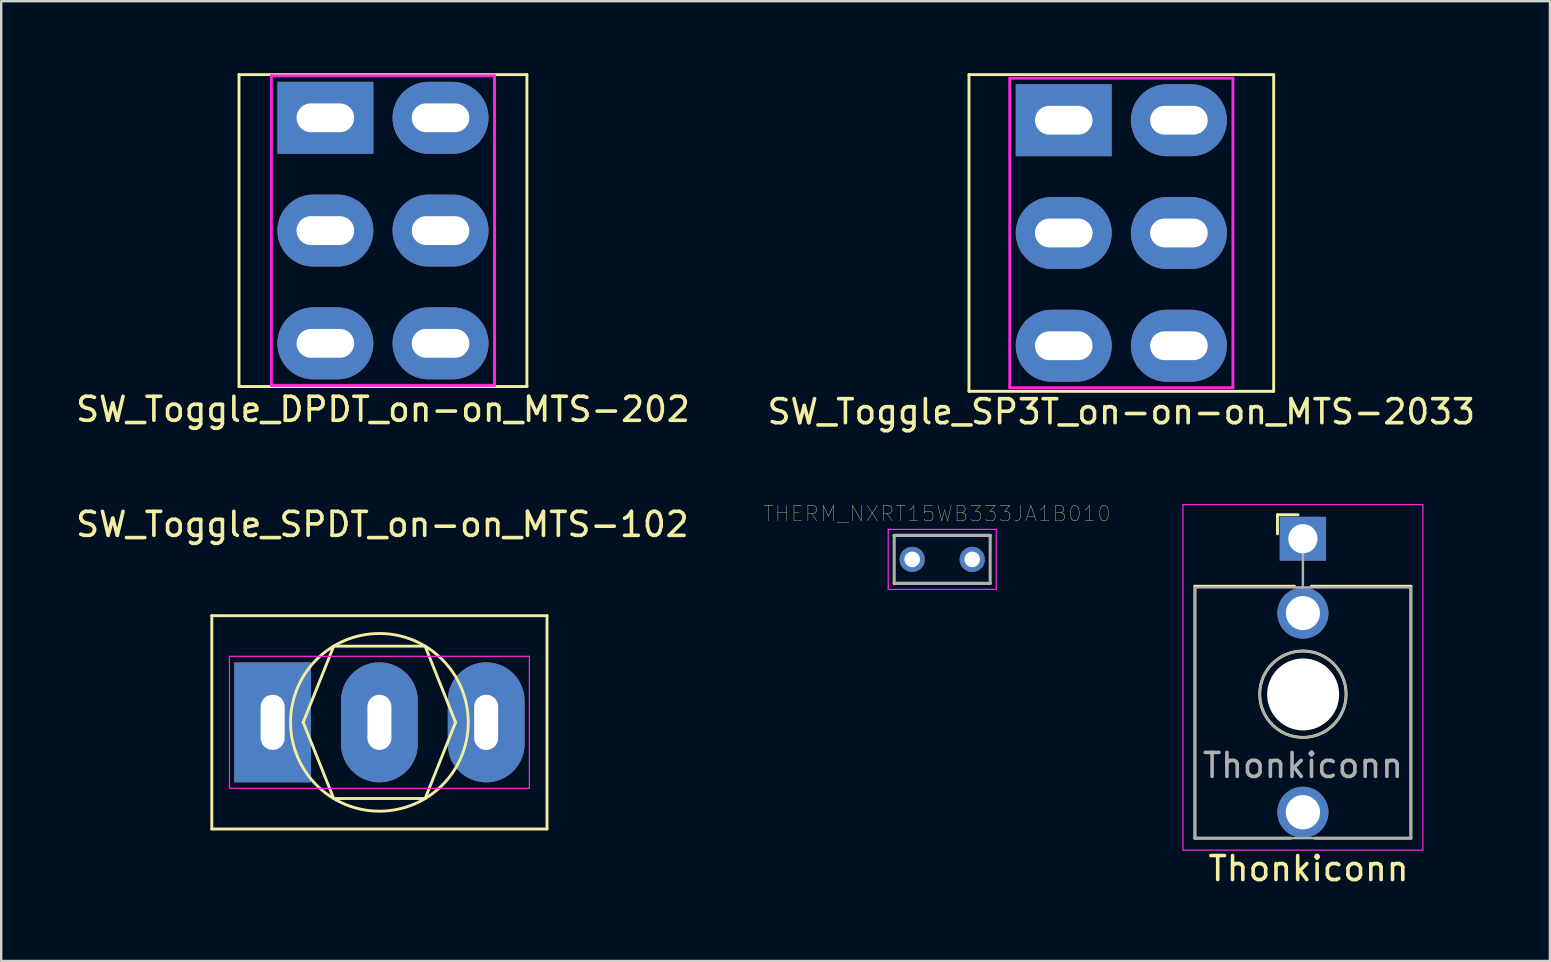
<source format=kicad_pcb>
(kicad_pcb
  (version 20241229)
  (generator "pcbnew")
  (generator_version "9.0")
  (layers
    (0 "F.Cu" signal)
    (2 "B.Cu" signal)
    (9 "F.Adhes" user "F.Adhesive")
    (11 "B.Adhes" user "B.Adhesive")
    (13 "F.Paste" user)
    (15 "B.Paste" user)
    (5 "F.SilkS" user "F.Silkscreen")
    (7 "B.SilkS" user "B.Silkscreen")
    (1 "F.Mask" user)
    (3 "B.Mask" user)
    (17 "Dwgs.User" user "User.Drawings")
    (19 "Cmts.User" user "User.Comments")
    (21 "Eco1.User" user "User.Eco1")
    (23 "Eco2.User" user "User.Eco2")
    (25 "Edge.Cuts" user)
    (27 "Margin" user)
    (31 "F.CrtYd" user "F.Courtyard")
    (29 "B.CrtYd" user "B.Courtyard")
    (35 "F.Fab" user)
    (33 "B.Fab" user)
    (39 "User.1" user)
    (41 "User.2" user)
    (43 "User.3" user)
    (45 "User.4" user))
  (footprint "SW_Toggle_DPDT_on-on_MTS-202"
    (layer "F.Cu")
    (at 12.911 6.56)
    (property "Reference" "SW_Toggle_DPDT_on-on_MTS-202" (at 0 7.45 0) (layer "F.SilkS") (effects (font (size 1 1) (thickness 0.15))))
    (attr through_hole)
    (fp_line (start -6 -6.5) (end 6 -6.5) (stroke (width 0.12) (type solid)) (layer "F.SilkS"))
    (fp_line (start -6 6.5) (end -6 -6.5) (stroke (width 0.12) (type solid)) (layer "F.SilkS"))
    (fp_line (start 6 -6.5) (end 6 6.5) (stroke (width 0.12) (type solid)) (layer "F.SilkS"))
    (fp_line (start 6 6.5) (end -6 6.5) (stroke (width 0.12) (type solid)) (layer "F.SilkS"))
    (fp_line (start -4.65 -6.45) (end 4.65 -6.45) (stroke (width 0.12) (type solid)) (layer "F.CrtYd"))
    (fp_line (start -4.65 6.45) (end -4.65 -6.45) (stroke (width 0.12) (type solid)) (layer "F.CrtYd"))
    (fp_line (start -4.65 6.45) (end 4.65 6.45) (stroke (width 0.12) (type solid)) (layer "F.CrtYd"))
    (fp_line (start 4.65 -6.45) (end 4.65 6.45) (stroke (width 0.12) (type solid)) (layer "F.CrtYd"))
    (pad "1" thru_hole rect (at -2.4 -4.7) (size 4 3) (drill oval 2.4 1.2) (layers "*.Cu" "*.Mask"))
    (pad "2" thru_hole oval (at -2.4 0) (size 4 3) (drill oval 2.4 1.2) (layers "*.Cu" "*.Mask"))
    (pad "3" thru_hole oval (at -2.4 4.7) (size 4 3) (drill oval 2.4 1.2) (layers "*.Cu" "*.Mask"))
    (pad "4" thru_hole oval (at 2.4 -4.7) (size 4 3) (drill oval 2.4 1.2) (layers "*.Cu" "*.Mask"))
    (pad "5" thru_hole oval (at 2.4 0) (size 4 3) (drill oval 2.4 1.2) (layers "*.Cu" "*.Mask"))
    (pad "6" thru_hole oval (at 2.4 4.7) (size 4 3) (drill oval 2.4 1.2) (layers "*.Cu" "*.Mask")))
  (footprint "THERM_NXRT15WB333JA1B010"
    (layer "F.Cu")
    (at 36.219 20.265)
    (property "Reference" "THERM_NXRT15WB333JA1B010" (at -0.218 -1.906 0) (layer "F.SilkS") (effects (font (size 0.64 0.64) (thickness 0.015))))
    (attr through_hole)
    (fp_line (start -2 1) (end 2 1) (stroke (width 0.127) (type solid)) (layer "F.SilkS"))
    (fp_line (start 2 -1) (end -2 -1) (stroke (width 0.127) (type solid)) (layer "F.SilkS"))
    (fp_line (start -2.25 -1.25) (end 2.25 -1.25) (stroke (width 0.05) (type solid)) (layer "F.CrtYd"))
    (fp_line (start -2.25 1.25) (end -2.25 -1.25) (stroke (width 0.05) (type solid)) (layer "F.CrtYd"))
    (fp_line (start 2.25 -1.25) (end 2.25 1.25) (stroke (width 0.05) (type solid)) (layer "F.CrtYd"))
    (fp_line (start 2.25 1.25) (end -2.25 1.25) (stroke (width 0.05) (type solid)) (layer "F.CrtYd"))
    (fp_line (start -2 -1) (end -2 1) (stroke (width 0.127) (type solid)) (layer "F.Fab"))
    (fp_line (start -2 1) (end 2 1) (stroke (width 0.127) (type solid)) (layer "F.Fab"))
    (fp_line (start 2 -1) (end -2 -1) (stroke (width 0.127) (type solid)) (layer "F.Fab"))
    (fp_line (start 2 1) (end 2 -1) (stroke (width 0.127) (type solid)) (layer "F.Fab"))
    (pad "1" thru_hole circle (at -1.25 0) (size 1.05 1.05) (drill 0.65) (layers "*.Cu" "*.Mask"))
    (pad "2" thru_hole circle (at 1.25 0) (size 1.05 1.05) (drill 0.65) (layers "*.Cu" "*.Mask")))
  (footprint "SW_Toggle_SPDT_on-on_MTS-102"
    (layer "F.Cu")
    (at 12.763 27.056)
    (property "Reference" "SW_Toggle_SPDT_on-on_MTS-102" (at 0.124 -8.25 0) (layer "F.SilkS") (effects (font (size 1 1) (thickness 0.15))))
    (attr through_hole)
    (fp_line (start -6.985 -4.445) (end 6.985 -4.445) (stroke (width 0.12) (type solid)) (layer "F.SilkS"))
    (fp_line (start -6.985 4.445) (end -6.985 -4.445) (stroke (width 0.12) (type solid)) (layer "F.SilkS"))
    (fp_line (start -3.175 0) (end -1.905 -3.175) (stroke (width 0.12) (type solid)) (layer "F.SilkS"))
    (fp_line (start -1.905 -3.175) (end 1.905 -3.175) (stroke (width 0.12) (type solid)) (layer "F.SilkS"))
    (fp_line (start -1.905 3.175) (end -3.175 0) (stroke (width 0.12) (type solid)) (layer "F.SilkS"))
    (fp_line (start 1.905 -3.175) (end 3.175 0) (stroke (width 0.12) (type solid)) (layer "F.SilkS"))
    (fp_line (start 1.905 3.175) (end -1.905 3.175) (stroke (width 0.12) (type solid)) (layer "F.SilkS"))
    (fp_line (start 3.175 0) (end 1.905 3.175) (stroke (width 0.12) (type solid)) (layer "F.SilkS"))
    (fp_line (start 6.985 -4.445) (end 6.985 4.445) (stroke (width 0.12) (type solid)) (layer "F.SilkS"))
    (fp_line (start 6.985 4.445) (end -6.985 4.445) (stroke (width 0.12) (type solid)) (layer "F.SilkS"))
    (fp_circle (center 0 0) (end 1.905 3.175) (stroke (width 0.12) (type solid)) (fill no) (layer "F.SilkS"))
    (fp_line (start -4.902 -1.422) (end -4.013 -1.422) (stroke (width 0.12) (type solid)) (layer "Eco2.User"))
    (fp_line (start -4.902 1.372) (end -4.902 -1.422) (stroke (width 0.12) (type solid)) (layer "Eco2.User"))
    (fp_line (start -4.013 -1.422) (end -4.013 1.372) (stroke (width 0.12) (type solid)) (layer "Eco2.User"))
    (fp_line (start -4.013 1.372) (end -4.902 1.372) (stroke (width 0.12) (type solid)) (layer "Eco2.User"))
    (fp_line (start -0.457 -1.422) (end 0.432 -1.422) (stroke (width 0.12) (type solid)) (layer "Eco2.User"))
    (fp_line (start -0.457 1.372) (end -0.457 -1.422) (stroke (width 0.12) (type solid)) (layer "Eco2.User"))
    (fp_line (start 0.432 -1.422) (end 0.432 1.372) (stroke (width 0.12) (type solid)) (layer "Eco2.User"))
    (fp_line (start 0.432 1.372) (end -0.457 1.372) (stroke (width 0.12) (type solid)) (layer "Eco2.User"))
    (fp_line (start 4.013 -1.422) (end 4.877 -1.422) (stroke (width 0.12) (type solid)) (layer "Eco2.User"))
    (fp_line (start 4.013 1.372) (end 4.013 -1.422) (stroke (width 0.12) (type solid)) (layer "Eco2.User"))
    (fp_line (start 4.877 -1.422) (end 4.902 1.372) (stroke (width 0.12) (type solid)) (layer "Eco2.User"))
    (fp_line (start 4.902 1.372) (end 4.013 1.372) (stroke (width 0.12) (type solid)) (layer "Eco2.User"))
    (fp_line (start -6.25 -2.75) (end 6.25 -2.75) (stroke (width 0.05) (type solid)) (layer "F.CrtYd"))
    (fp_line (start -6.25 2.75) (end -6.25 -2.75) (stroke (width 0.05) (type solid)) (layer "F.CrtYd"))
    (fp_line (start 6.25 -2.75) (end 6.25 2.75) (stroke (width 0.05) (type solid)) (layer "F.CrtYd"))
    (fp_line (start 6.25 2.75) (end -6.25 2.75) (stroke (width 0.05) (type solid)) (layer "F.CrtYd"))
    (pad "1" thru_hole rect (at -4.45 0) (size 3.2 5) (drill oval 1 2.3) (layers "*.Cu" "*.Mask"))
    (pad "2" thru_hole oval (at 0 0) (size 3.2 5) (drill oval 1 2.3) (layers "*.Cu" "*.Mask"))
    (pad "3" thru_hole oval (at 4.45 0) (size 3.2 5) (drill oval 1 2.3) (layers "*.Cu" "*.Mask")))
  (footprint "SW_Toggle_SP3T_on-on-on_MTS-2033"
    (layer "F.Cu")
    (at 43.685 6.66)
    (property "Reference" "SW_Toggle_SP3T_on-on-on_MTS-2033" (at 0 7.45 0) (layer "F.SilkS") (effects (font (size 1 1) (thickness 0.15))))
    (attr through_hole)
    (fp_line (start -6.35 -6.6) (end 6.35 -6.6) (stroke (width 0.12) (type solid)) (layer "F.SilkS"))
    (fp_line (start -6.35 6.6) (end -6.35 -6.6) (stroke (width 0.12) (type solid)) (layer "F.SilkS"))
    (fp_line (start 6.35 -6.6) (end 6.35 6.6) (stroke (width 0.12) (type solid)) (layer "F.SilkS"))
    (fp_line (start 6.35 6.6) (end -6.35 6.6) (stroke (width 0.12) (type solid)) (layer "F.SilkS"))
    (fp_line (start -4.65 -6.45) (end 4.65 -6.45) (stroke (width 0.12) (type solid)) (layer "F.CrtYd"))
    (fp_line (start -4.65 6.45) (end -4.65 -6.45) (stroke (width 0.12) (type solid)) (layer "F.CrtYd"))
    (fp_line (start -4.65 6.45) (end 4.65 6.45) (stroke (width 0.12) (type solid)) (layer "F.CrtYd"))
    (fp_line (start 4.65 -6.45) (end 4.65 6.45) (stroke (width 0.12) (type solid)) (layer "F.CrtYd"))
    (pad "0" thru_hole oval (at -2.4 0) (size 4 3) (drill oval 2.4 1.2) (layers "*.Cu" "*.Mask"))
    (pad "0" thru_hole oval (at 2.4 -4.7) (size 4 3) (drill oval 2.4 1.2) (layers "*.Cu" "*.Mask"))
    (pad "1" thru_hole rect (at -2.4 -4.7) (size 4 3) (drill oval 2.4 1.2) (layers "*.Cu" "*.Mask"))
    (pad "2" thru_hole oval (at -2.4 4.7) (size 4 3) (drill oval 2.4 1.2) (layers "*.Cu" "*.Mask"))
    (pad "3" thru_hole oval (at 2.4 0) (size 4 3) (drill oval 2.4 1.2) (layers "*.Cu" "*.Mask"))
    (pad "4" thru_hole oval (at 2.4 4.7) (size 4 3) (drill oval 2.4 1.2) (layers "*.Cu" "*.Mask")))
  (footprint "Thonkiconn"
    (layer "F.Cu")
    (at 51.253 25.753)
    (property "Reference" "Thonkiconn" (at 4.5 7.4 0) (layer "F.SilkS") (effects (font (size 1 1) (thickness 0.15)) (justify right)))
    (attr through_hole)
    (fp_line (start -4.5 -4.37) (end -4.5 6.13) (stroke (width 0.12) (type solid)) (layer "F.SilkS"))
    (fp_line (start -1.06 -7.35) (end -1.06 -6.55) (stroke (width 0.12) (type solid)) (layer "F.SilkS"))
    (fp_line (start -1.06 -7.35) (end -0.2 -7.35) (stroke (width 0.12) (type solid)) (layer "F.SilkS"))
    (fp_line (start -0.5 6.13) (end -4.5 6.13) (stroke (width 0.12) (type solid)) (layer "F.SilkS"))
    (fp_line (start -0.35 -4.37) (end -4.5 -4.37) (stroke (width 0.12) (type solid)) (layer "F.SilkS"))
    (fp_line (start 4.5 -4.37) (end 0.35 -4.37) (stroke (width 0.12) (type solid)) (layer "F.SilkS"))
    (fp_line (start 4.5 -4.37) (end 4.5 6.13) (stroke (width 0.12) (type solid)) (layer "F.SilkS"))
    (fp_line (start 4.5 6.13) (end 0.5 6.13) (stroke (width 0.12) (type solid)) (layer "F.SilkS"))
    (fp_circle (center 0 0.13) (end 1.8 0.13) (stroke (width 0.12) (type solid)) (fill no) (layer "F.SilkS"))
    (fp_line (start -5 6.63) (end -5 -7.77) (stroke (width 0.05) (type solid)) (layer "F.CrtYd"))
    (fp_line (start 5 -7.77) (end -5 -7.77) (stroke (width 0.05) (type solid)) (layer "F.CrtYd"))
    (fp_line (start 5 6.63) (end -5 6.63) (stroke (width 0.05) (type solid)) (layer "F.CrtYd"))
    (fp_line (start 5 6.63) (end 5 -7.77) (stroke (width 0.05) (type solid)) (layer "F.CrtYd"))
    (fp_line (start -4.5 6.13) (end -4.5 -4.27) (stroke (width 0.1) (type solid)) (layer "F.Fab"))
    (fp_line (start 0 -6.35) (end 0 -4.32) (stroke (width 0.1) (type solid)) (layer "F.Fab"))
    (fp_line (start 4.5 -4.32) (end -4.5 -4.32) (stroke (width 0.1) (type solid)) (layer "F.Fab"))
    (fp_line (start 4.5 6.13) (end -4.5 6.13) (stroke (width 0.1) (type solid)) (layer "F.Fab"))
    (fp_line (start 4.5 6.13) (end 4.5 -4.27) (stroke (width 0.1) (type solid)) (layer "F.Fab"))
    (fp_circle (center 0 0.13) (end 1.8 0.13) (stroke (width 0.1) (type solid)) (fill no) (layer "F.Fab"))
    (fp_text user "${REFERENCE}" (at 0 3.1 180) (layer "F.Fab") (effects (font (size 1 1) (thickness 0.15))))
    (pad "" np_thru_hole circle (at 0.01 0.14) (size 3 3) (drill 3) (layers "*.Cu" "*.Mask"))
    (pad "S" thru_hole rect (at 0 -6.35 180) (size 1.93 1.83) (drill 1.22) (layers "*.Cu" "*.Mask"))
    (pad "T" thru_hole circle (at 0 5.05 180) (size 2.13 2.13) (drill 1.43) (layers "*.Cu" "*.Mask"))
    (pad "TN" thru_hole circle (at 0 -3.25 180) (size 2.13 2.13) (drill 1.42) (layers "*.Cu" "*.Mask")))
  (gr_rect
    (start -3 -3)
    (end 61.548 37.002)
    (stroke (width 0.1) (type default))
    (fill no)
    (layer "Edge.Cuts")))
</source>
